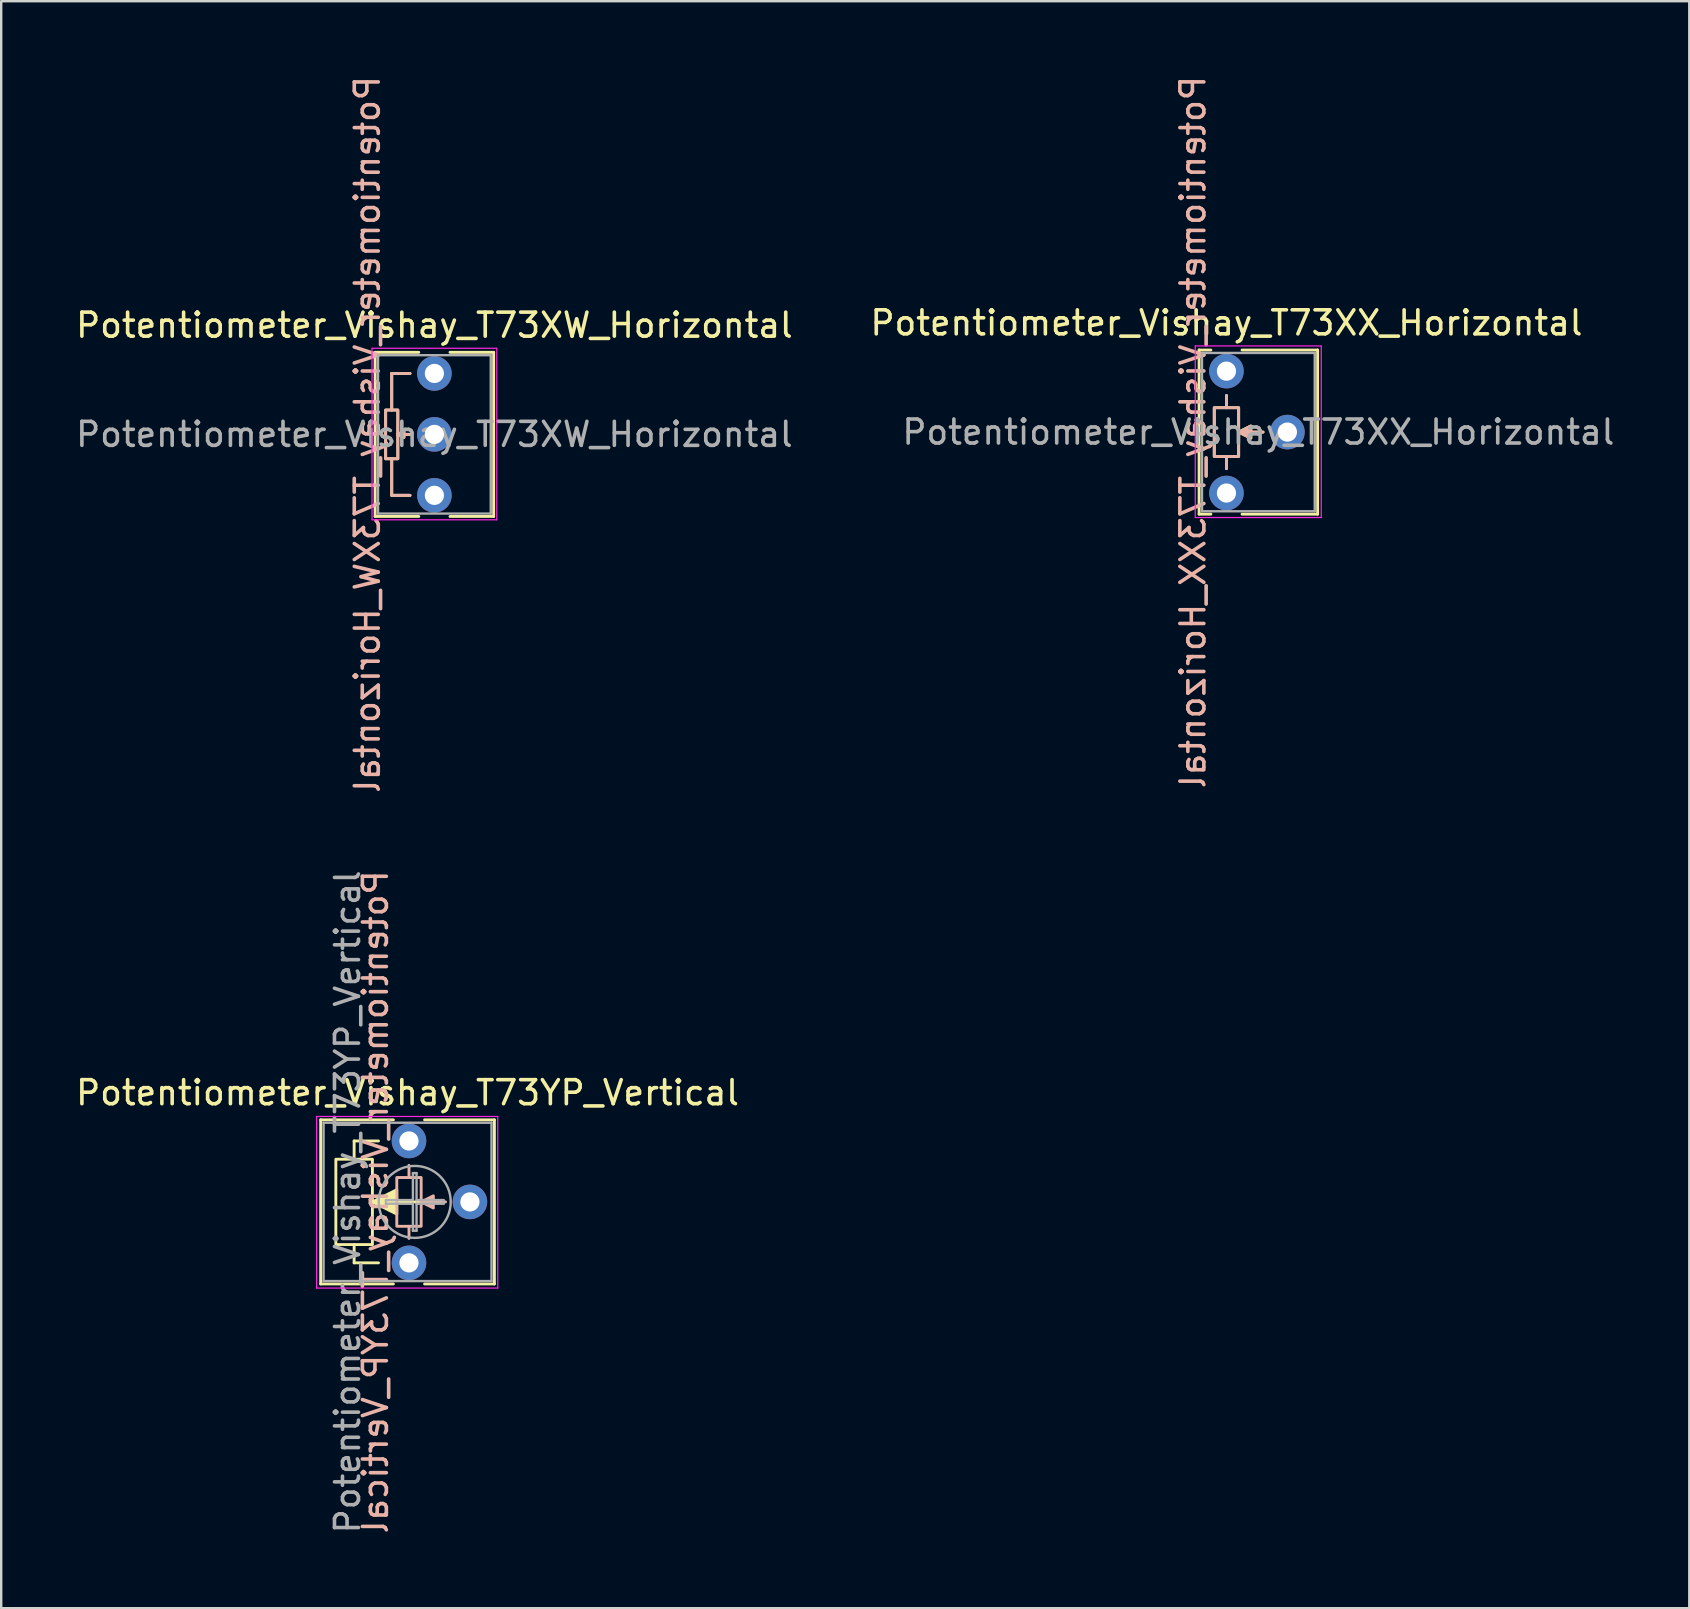
<source format=kicad_pcb>
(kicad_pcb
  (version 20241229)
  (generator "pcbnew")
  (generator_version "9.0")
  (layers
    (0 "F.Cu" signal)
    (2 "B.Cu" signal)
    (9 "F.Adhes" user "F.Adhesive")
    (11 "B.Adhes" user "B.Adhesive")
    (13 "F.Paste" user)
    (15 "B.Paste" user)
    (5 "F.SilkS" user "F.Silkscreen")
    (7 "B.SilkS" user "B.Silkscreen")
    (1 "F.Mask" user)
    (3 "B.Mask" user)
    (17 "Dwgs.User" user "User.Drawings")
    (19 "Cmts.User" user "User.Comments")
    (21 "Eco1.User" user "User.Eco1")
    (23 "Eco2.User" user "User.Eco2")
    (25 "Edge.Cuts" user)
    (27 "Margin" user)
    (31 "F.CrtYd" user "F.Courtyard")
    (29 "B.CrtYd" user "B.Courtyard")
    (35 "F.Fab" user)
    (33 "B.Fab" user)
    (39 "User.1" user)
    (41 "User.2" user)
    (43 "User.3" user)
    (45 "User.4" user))
  (footprint "Potentiometer_Vishay_T73XX_Horizontal"
    (layer "F.Cu")
    (at 48.065 12.418)
    (property "Reference" "Potentiometer_Vishay_T73XX_Horizontal" (at 0 -2.01 0) (layer "F.SilkS") (effects (font (size 1 1) (thickness 0.15))))
    (attr through_hole)
    (fp_line (start -1.14 -0.88) (end -1.14 5.96) (stroke (width 0.12) (type solid)) (layer "F.SilkS"))
    (fp_line (start -1.14 -0.88) (end -0.65 -0.88) (stroke (width 0.12) (type solid)) (layer "F.SilkS"))
    (fp_line (start -1.14 5.96) (end -0.65 5.96) (stroke (width 0.12) (type solid)) (layer "F.SilkS"))
    (fp_line (start 0 1.524) (end 0 1.016) (stroke (width 0.12) (type solid)) (layer "F.SilkS"))
    (fp_line (start 0 3.556) (end 0 4.064) (stroke (width 0.12) (type solid)) (layer "F.SilkS"))
    (fp_line (start 0.65 -0.88) (end 3.8 -0.88) (stroke (width 0.12) (type solid)) (layer "F.SilkS"))
    (fp_line (start 0.65 5.96) (end 3.8 5.96) (stroke (width 0.12) (type solid)) (layer "F.SilkS"))
    (fp_line (start 1.524 2.54) (end 0.508 2.54) (stroke (width 0.12) (type solid)) (layer "F.SilkS"))
    (fp_line (start 3.8 -0.88) (end 3.8 5.96) (stroke (width 0.12) (type solid)) (layer "F.SilkS"))
    (fp_rect (start -0.508 1.524) (end 0.508 3.556) (stroke (width 0.12) (type solid)) (fill no) (layer "F.SilkS"))
    (fp_poly (pts (xy 1.016 2.794) (xy 0.508 2.54) (xy 1.016 2.286)) (stroke (width 0.12) (type solid)) (fill yes) (layer "F.SilkS"))
    (fp_line (start 0 1.016) (end 0 1.524) (stroke (width 0.12) (type solid)) (layer "B.SilkS"))
    (fp_line (start 0 4.064) (end 0 3.556) (stroke (width 0.12) (type solid)) (layer "B.SilkS"))
    (fp_line (start 1.524 2.54) (end 0.508 2.54) (stroke (width 0.12) (type solid)) (layer "B.SilkS"))
    (fp_rect (start -0.508 1.524) (end 0.508 3.556) (stroke (width 0.12) (type solid)) (fill no) (layer "B.SilkS"))
    (fp_poly (pts (xy 1.016 2.794) (xy 0.508 2.54) (xy 1.016 2.286)) (stroke (width 0.12) (type solid)) (fill yes) (layer "B.SilkS"))
    (fp_line (start -1.3 -1.05) (end -1.3 6.1) (stroke (width 0.05) (type solid)) (layer "F.CrtYd"))
    (fp_line (start -1.3 6.1) (end 3.95 6.1) (stroke (width 0.05) (type solid)) (layer "F.CrtYd"))
    (fp_line (start 3.95 -1.05) (end -1.3 -1.05) (stroke (width 0.05) (type solid)) (layer "F.CrtYd"))
    (fp_line (start 3.95 6.1) (end 3.95 -1.05) (stroke (width 0.05) (type solid)) (layer "F.CrtYd"))
    (fp_line (start -1.02 -0.76) (end 3.68 -0.76) (stroke (width 0.1) (type solid)) (layer "F.Fab"))
    (fp_line (start -1.02 5.84) (end -1.02 -0.76) (stroke (width 0.1) (type solid)) (layer "F.Fab"))
    (fp_line (start 3.68 -0.76) (end 3.68 5.84) (stroke (width 0.1) (type solid)) (layer "F.Fab"))
    (fp_line (start 3.68 5.84) (end -1.02 5.84) (stroke (width 0.1) (type solid)) (layer "F.Fab"))
    (fp_text user "${REFERENCE}" (at -1.397 2.54 90) (unlocked yes) (layer "B.SilkS") (effects (font (size 1 1) (thickness 0.15)) (justify mirror)))
    (fp_text user "${REFERENCE}" (at 1.33 2.54 0) (layer "F.Fab") (effects (font (size 1 1) (thickness 0.15))))
    (pad "1" thru_hole circle (at 0 0) (size 1.44 1.44) (drill 0.8) (layers "*.Cu" "*.Mask"))
    (pad "2" thru_hole circle (at 2.54 2.54) (size 1.44 1.44) (drill 0.8) (layers "*.Cu" "*.Mask"))
    (pad "3" thru_hole circle (at 0 5.08) (size 1.44 1.44) (drill 0.8) (layers "*.Cu" "*.Mask")))
  (footprint "Potentiometer_Vishay_T73YP_Vertical"
    (layer "F.Cu")
    (at 13.995 49.582)
    (property "Reference" "Potentiometer_Vishay_T73YP_Vertical" (at -0.06 -7.09 0) (layer "F.SilkS") (effects (font (size 1 1) (thickness 0.15))))
    (attr through_hole)
    (fp_line (start -3.68 -5.96) (end -3.68 0.88) (stroke (width 0.12) (type solid)) (layer "F.SilkS"))
    (fp_line (start -3.68 -5.96) (end -0.65 -5.96) (stroke (width 0.12) (type solid)) (layer "F.SilkS"))
    (fp_line (start -3.68 0.88) (end -0.65 0.88) (stroke (width 0.12) (type solid)) (layer "F.SilkS"))
    (fp_line (start -2.286 -5.08) (end -2.286 -4.318) (stroke (width 0.12) (type solid)) (layer "F.SilkS"))
    (fp_line (start -2.286 0) (end -2.286 -0.762) (stroke (width 0.12) (type solid)) (layer "F.SilkS"))
    (fp_line (start -1.524 -2.54) (end 1.27 -2.54) (stroke (width 0.12) (type solid)) (layer "F.SilkS"))
    (fp_line (start -1.27 -5.08) (end -2.286 -5.08) (stroke (width 0.12) (type solid)) (layer "F.SilkS"))
    (fp_line (start -1.27 0) (end -2.286 0) (stroke (width 0.12) (type solid)) (layer "F.SilkS"))
    (fp_line (start 0.65 -5.96) (end 3.56 -5.96) (stroke (width 0.12) (type solid)) (layer "F.SilkS"))
    (fp_line (start 0.65 0.88) (end 3.56 0.88) (stroke (width 0.12) (type solid)) (layer "F.SilkS"))
    (fp_line (start 3.56 -5.96) (end 3.56 0.88) (stroke (width 0.12) (type solid)) (layer "F.SilkS"))
    (fp_rect (start -3.048 -4.318) (end -1.524 -0.762) (stroke (width 0.12) (type solid)) (fill no) (layer "F.SilkS"))
    (fp_poly (pts (xy -0.508 -2.032) (xy -1.524 -2.54) (xy -0.508 -3.048)) (stroke (width 0.12) (type solid)) (fill yes) (layer "F.SilkS"))
    (fp_line (start 0 -4.064) (end 0 -3.556) (stroke (width 0.12) (type solid)) (layer "B.SilkS"))
    (fp_line (start 0 -1.016) (end 0 -1.524) (stroke (width 0.12) (type solid)) (layer "B.SilkS"))
    (fp_line (start 1.524 -2.54) (end 0.508 -2.54) (stroke (width 0.12) (type solid)) (layer "B.SilkS"))
    (fp_rect (start -0.508 -3.556) (end 0.508 -1.524) (stroke (width 0.12) (type solid)) (fill no) (layer "B.SilkS"))
    (fp_poly (pts (xy 1.016 -2.286) (xy 0.508 -2.54) (xy 1.016 -2.794)) (stroke (width 0.12) (type solid)) (fill yes) (layer "B.SilkS"))
    (fp_line (start -3.85 -6.1) (end -3.85 1.05) (stroke (width 0.05) (type solid)) (layer "F.CrtYd"))
    (fp_line (start -3.85 1.05) (end 3.7 1.05) (stroke (width 0.05) (type solid)) (layer "F.CrtYd"))
    (fp_line (start 3.7 -6.1) (end -3.85 -6.1) (stroke (width 0.05) (type solid)) (layer "F.CrtYd"))
    (fp_line (start 3.7 1.05) (end 3.7 -6.1) (stroke (width 0.05) (type solid)) (layer "F.CrtYd"))
    (fp_line (start -3.56 -5.84) (end -3.56 0.76) (stroke (width 0.1) (type solid)) (layer "F.Fab"))
    (fp_line (start -3.56 0.76) (end 3.44 0.76) (stroke (width 0.1) (type solid)) (layer "F.Fab"))
    (fp_line (start -0.961 -2.616) (end 0.164 -2.616) (stroke (width 0.1) (type solid)) (layer "F.Fab"))
    (fp_line (start -0.961 -2.464) (end -0.961 -2.616) (stroke (width 0.1) (type solid)) (layer "F.Fab"))
    (fp_line (start 0.164 -3.741) (end 0.316 -3.741) (stroke (width 0.1) (type solid)) (layer "F.Fab"))
    (fp_line (start 0.164 -2.616) (end 0.164 -3.741) (stroke (width 0.1) (type solid)) (layer "F.Fab"))
    (fp_line (start 0.164 -2.464) (end -0.961 -2.464) (stroke (width 0.1) (type solid)) (layer "F.Fab"))
    (fp_line (start 0.164 -1.339) (end 0.164 -2.464) (stroke (width 0.1) (type solid)) (layer "F.Fab"))
    (fp_line (start 0.316 -3.741) (end 0.316 -2.616) (stroke (width 0.1) (type solid)) (layer "F.Fab"))
    (fp_line (start 0.316 -2.616) (end 1.441 -2.616) (stroke (width 0.1) (type solid)) (layer "F.Fab"))
    (fp_line (start 0.316 -2.464) (end 0.316 -1.339) (stroke (width 0.1) (type solid)) (layer "F.Fab"))
    (fp_line (start 0.316 -1.339) (end 0.164 -1.339) (stroke (width 0.1) (type solid)) (layer "F.Fab"))
    (fp_line (start 1.441 -2.616) (end 1.441 -2.464) (stroke (width 0.1) (type solid)) (layer "F.Fab"))
    (fp_line (start 1.441 -2.464) (end 0.316 -2.464) (stroke (width 0.1) (type solid)) (layer "F.Fab"))
    (fp_line (start 3.44 -5.84) (end -3.56 -5.84) (stroke (width 0.1) (type solid)) (layer "F.Fab"))
    (fp_line (start 3.44 0.76) (end 3.44 -5.84) (stroke (width 0.1) (type solid)) (layer "F.Fab"))
    (fp_circle (center 0.24 -2.54) (end 1.74 -2.54) (stroke (width 0.1) (type solid)) (fill no) (layer "F.Fab"))
    (fp_text user "${REFERENCE}" (at -1.397 -2.54 90) (unlocked yes) (layer "B.SilkS") (effects (font (size 1 1) (thickness 0.15)) (justify mirror)))
    (fp_text user "${REFERENCE}" (at -2.56 -2.54 90) (layer "F.Fab") (effects (font (size 1 1) (thickness 0.15))))
    (pad "1" thru_hole circle (at 0 0) (size 1.44 1.44) (drill 0.8) (layers "*.Cu" "*.Mask"))
    (pad "2" thru_hole circle (at 2.54 -2.54) (size 1.44 1.44) (drill 0.8) (layers "*.Cu" "*.Mask"))
    (pad "3" thru_hole circle (at 0 -5.08) (size 1.44 1.44) (drill 0.8) (layers "*.Cu" "*.Mask")))
  (footprint "Potentiometer_Vishay_T73XW_Horizontal"
    (layer "F.Cu")
    (at 15.054 12.514)
    (property "Reference" "Potentiometer_Vishay_T73XW_Horizontal" (at 0 -2.01 0) (layer "F.SilkS") (effects (font (size 1 1) (thickness 0.15))))
    (attr through_hole)
    (fp_line (start -2.47 -0.88) (end -2.47 5.96) (stroke (width 0.12) (type solid)) (layer "F.SilkS"))
    (fp_line (start -2.47 -0.88) (end -0.65 -0.88) (stroke (width 0.12) (type solid)) (layer "F.SilkS"))
    (fp_line (start -2.47 5.96) (end -0.65 5.96) (stroke (width 0.12) (type solid)) (layer "F.SilkS"))
    (fp_line (start -1.778 0) (end -1.016 0) (stroke (width 0.12) (type solid)) (layer "F.SilkS"))
    (fp_line (start -1.778 1.524) (end -1.778 0) (stroke (width 0.12) (type solid)) (layer "F.SilkS"))
    (fp_line (start -1.778 5.08) (end -1.778 3.556) (stroke (width 0.12) (type solid)) (layer "F.SilkS"))
    (fp_line (start -1.524 2.54) (end -1.016 2.54) (stroke (width 0.12) (type solid)) (layer "F.SilkS"))
    (fp_line (start -1.016 5.08) (end -1.778 5.08) (stroke (width 0.12) (type solid)) (layer "F.SilkS"))
    (fp_line (start 0.65 -0.88) (end 2.47 -0.88) (stroke (width 0.12) (type solid)) (layer "F.SilkS"))
    (fp_line (start 0.65 5.96) (end 2.47 5.96) (stroke (width 0.12) (type solid)) (layer "F.SilkS"))
    (fp_line (start 2.47 -0.88) (end 2.47 5.96) (stroke (width 0.12) (type solid)) (layer "F.SilkS"))
    (fp_rect (start -2.032 1.524) (end -1.524 3.556) (stroke (width 0.12) (type solid)) (fill no) (layer "F.SilkS"))
    (fp_poly (pts (xy -1.27 2.667) (xy -1.524 2.54) (xy -1.27 2.413)) (stroke (width 0.12) (type solid)) (fill yes) (layer "F.SilkS"))
    (fp_line (start -1.778 0) (end -1.016 0) (stroke (width 0.12) (type solid)) (layer "B.SilkS"))
    (fp_line (start -1.778 1.524) (end -1.778 0) (stroke (width 0.12) (type solid)) (layer "B.SilkS"))
    (fp_line (start -1.778 3.556) (end -1.778 5.08) (stroke (width 0.12) (type solid)) (layer "B.SilkS"))
    (fp_line (start -1.778 5.08) (end -1.016 5.08) (stroke (width 0.12) (type solid)) (layer "B.SilkS"))
    (fp_line (start -1.016 2.54) (end -1.524 2.54) (stroke (width 0.12) (type solid)) (layer "B.SilkS"))
    (fp_rect (start -1.524 1.524) (end -2.032 3.556) (stroke (width 0.12) (type solid)) (fill no) (layer "B.SilkS"))
    (fp_poly (pts (xy -1.27 2.667) (xy -1.524 2.54) (xy -1.27 2.413)) (stroke (width 0.12) (type solid)) (fill yes) (layer "B.SilkS"))
    (fp_line (start -2.6 -1.05) (end -2.6 6.1) (stroke (width 0.05) (type solid)) (layer "F.CrtYd"))
    (fp_line (start -2.6 6.1) (end 2.6 6.1) (stroke (width 0.05) (type solid)) (layer "F.CrtYd"))
    (fp_line (start 2.6 -1.05) (end -2.6 -1.05) (stroke (width 0.05) (type solid)) (layer "F.CrtYd"))
    (fp_line (start 2.6 6.1) (end 2.6 -1.05) (stroke (width 0.05) (type solid)) (layer "F.CrtYd"))
    (fp_line (start -2.35 -0.76) (end 2.35 -0.76) (stroke (width 0.1) (type solid)) (layer "F.Fab"))
    (fp_line (start -2.35 5.84) (end -2.35 -0.76) (stroke (width 0.1) (type solid)) (layer "F.Fab"))
    (fp_line (start 2.35 -0.76) (end 2.35 5.84) (stroke (width 0.1) (type solid)) (layer "F.Fab"))
    (fp_line (start 2.35 5.84) (end -2.35 5.84) (stroke (width 0.1) (type solid)) (layer "F.Fab"))
    (fp_text user "${REFERENCE}" (at -2.794 2.54 90) (unlocked yes) (layer "B.SilkS") (effects (font (size 1 1) (thickness 0.15)) (justify mirror)))
    (fp_text user "${REFERENCE}" (at 0 2.54 0) (layer "F.Fab") (effects (font (size 1 1) (thickness 0.15))))
    (pad "1" thru_hole circle (at 0 0) (size 1.44 1.44) (drill 0.8) (layers "*.Cu" "*.Mask"))
    (pad "2" thru_hole circle (at 0 2.54) (size 1.44 1.44) (drill 0.8) (layers "*.Cu" "*.Mask"))
    (pad "3" thru_hole circle (at 0 5.08) (size 1.44 1.44) (drill 0.8) (layers "*.Cu" "*.Mask")))
  (gr_rect
    (start -3 -3)
    (end 67.354 63.976)
    (stroke (width 0.1) (type default))
    (fill no)
    (layer "Edge.Cuts")))
</source>
